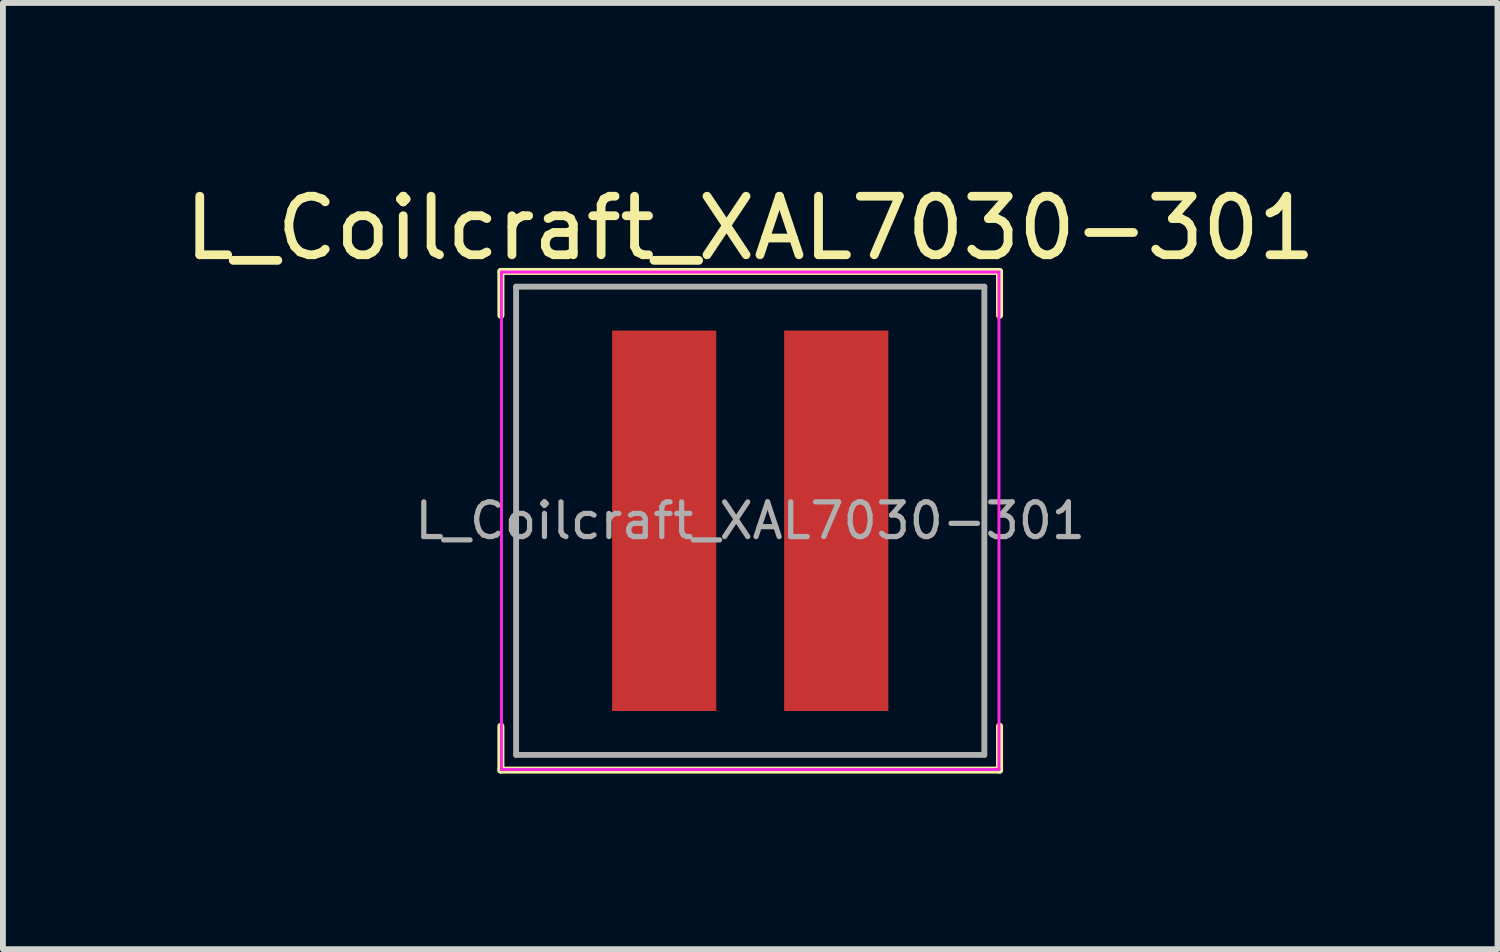
<source format=kicad_pcb>
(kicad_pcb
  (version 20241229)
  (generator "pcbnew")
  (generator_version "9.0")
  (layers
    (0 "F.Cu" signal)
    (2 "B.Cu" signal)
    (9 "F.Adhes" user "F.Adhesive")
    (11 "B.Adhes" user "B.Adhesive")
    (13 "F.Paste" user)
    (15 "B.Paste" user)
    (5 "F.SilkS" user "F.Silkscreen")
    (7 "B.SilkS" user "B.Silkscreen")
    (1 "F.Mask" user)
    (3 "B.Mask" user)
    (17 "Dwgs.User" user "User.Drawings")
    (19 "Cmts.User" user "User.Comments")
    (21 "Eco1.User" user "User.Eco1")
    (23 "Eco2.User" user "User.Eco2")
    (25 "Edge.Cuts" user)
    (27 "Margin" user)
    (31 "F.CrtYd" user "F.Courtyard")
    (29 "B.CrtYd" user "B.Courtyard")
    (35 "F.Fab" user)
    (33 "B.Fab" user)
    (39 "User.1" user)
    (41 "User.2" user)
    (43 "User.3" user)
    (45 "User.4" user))
  (footprint "L_Coilcraft_XAL7030-301"
    (layer "F.Cu")
    (at 9.768 5.848)
    (property "Reference" "L_Coilcraft_XAL7030-301" (at 0 -5 0) (layer "F.SilkS") (effects (font (size 1 1) (thickness 0.15))))
    (attr smd)
    (fp_line (start -4.26 -4.26) (end -4.26 -3.51) (stroke (width 0.12) (type solid)) (layer "F.SilkS"))
    (fp_line (start -4.26 -4.26) (end 4.26 -4.26) (stroke (width 0.12) (type solid)) (layer "F.SilkS"))
    (fp_line (start -4.26 4.26) (end -4.26 3.51) (stroke (width 0.12) (type solid)) (layer "F.SilkS"))
    (fp_line (start -4.26 4.26) (end 4.26 4.26) (stroke (width 0.12) (type solid)) (layer "F.SilkS"))
    (fp_line (start 4.26 -4.26) (end 4.26 -3.51) (stroke (width 0.12) (type solid)) (layer "F.SilkS"))
    (fp_line (start 4.26 4.26) (end 4.26 3.51) (stroke (width 0.12) (type solid)) (layer "F.SilkS"))
    (fp_line (start -4.25 -4.25) (end -4.25 4.25) (stroke (width 0.05) (type solid)) (layer "F.CrtYd"))
    (fp_line (start -4.25 4.25) (end 4.25 4.25) (stroke (width 0.05) (type solid)) (layer "F.CrtYd"))
    (fp_line (start 4.25 -4.25) (end -4.25 -4.25) (stroke (width 0.05) (type solid)) (layer "F.CrtYd"))
    (fp_line (start 4.25 4.25) (end 4.25 -4.25) (stroke (width 0.05) (type solid)) (layer "F.CrtYd"))
    (fp_line (start -4 -4) (end -4 4) (stroke (width 0.1) (type solid)) (layer "F.Fab"))
    (fp_line (start -4 4) (end 4 4) (stroke (width 0.1) (type solid)) (layer "F.Fab"))
    (fp_line (start 4 -4) (end -4 -4) (stroke (width 0.1) (type solid)) (layer "F.Fab"))
    (fp_line (start 4 4) (end 4 -4) (stroke (width 0.1) (type solid)) (layer "F.Fab"))
    (fp_text user "${REFERENCE}" (at 0 0 0) (layer "F.Fab") (effects (font (size 0.593 0.593) (thickness 0.089))))
    (pad "1" smd rect (at -1.47 0) (size 1.78 6.5) (layers "F.Cu" "F.Mask" "F.Paste"))
    (pad "2" smd rect (at 1.47 0) (size 1.78 6.5) (layers "F.Cu" "F.Mask" "F.Paste")))
  (gr_rect
    (start -3 -3)
    (end 22.536 13.168)
    (stroke (width 0.1) (type default))
    (fill no)
    (layer "Edge.Cuts")))
</source>
